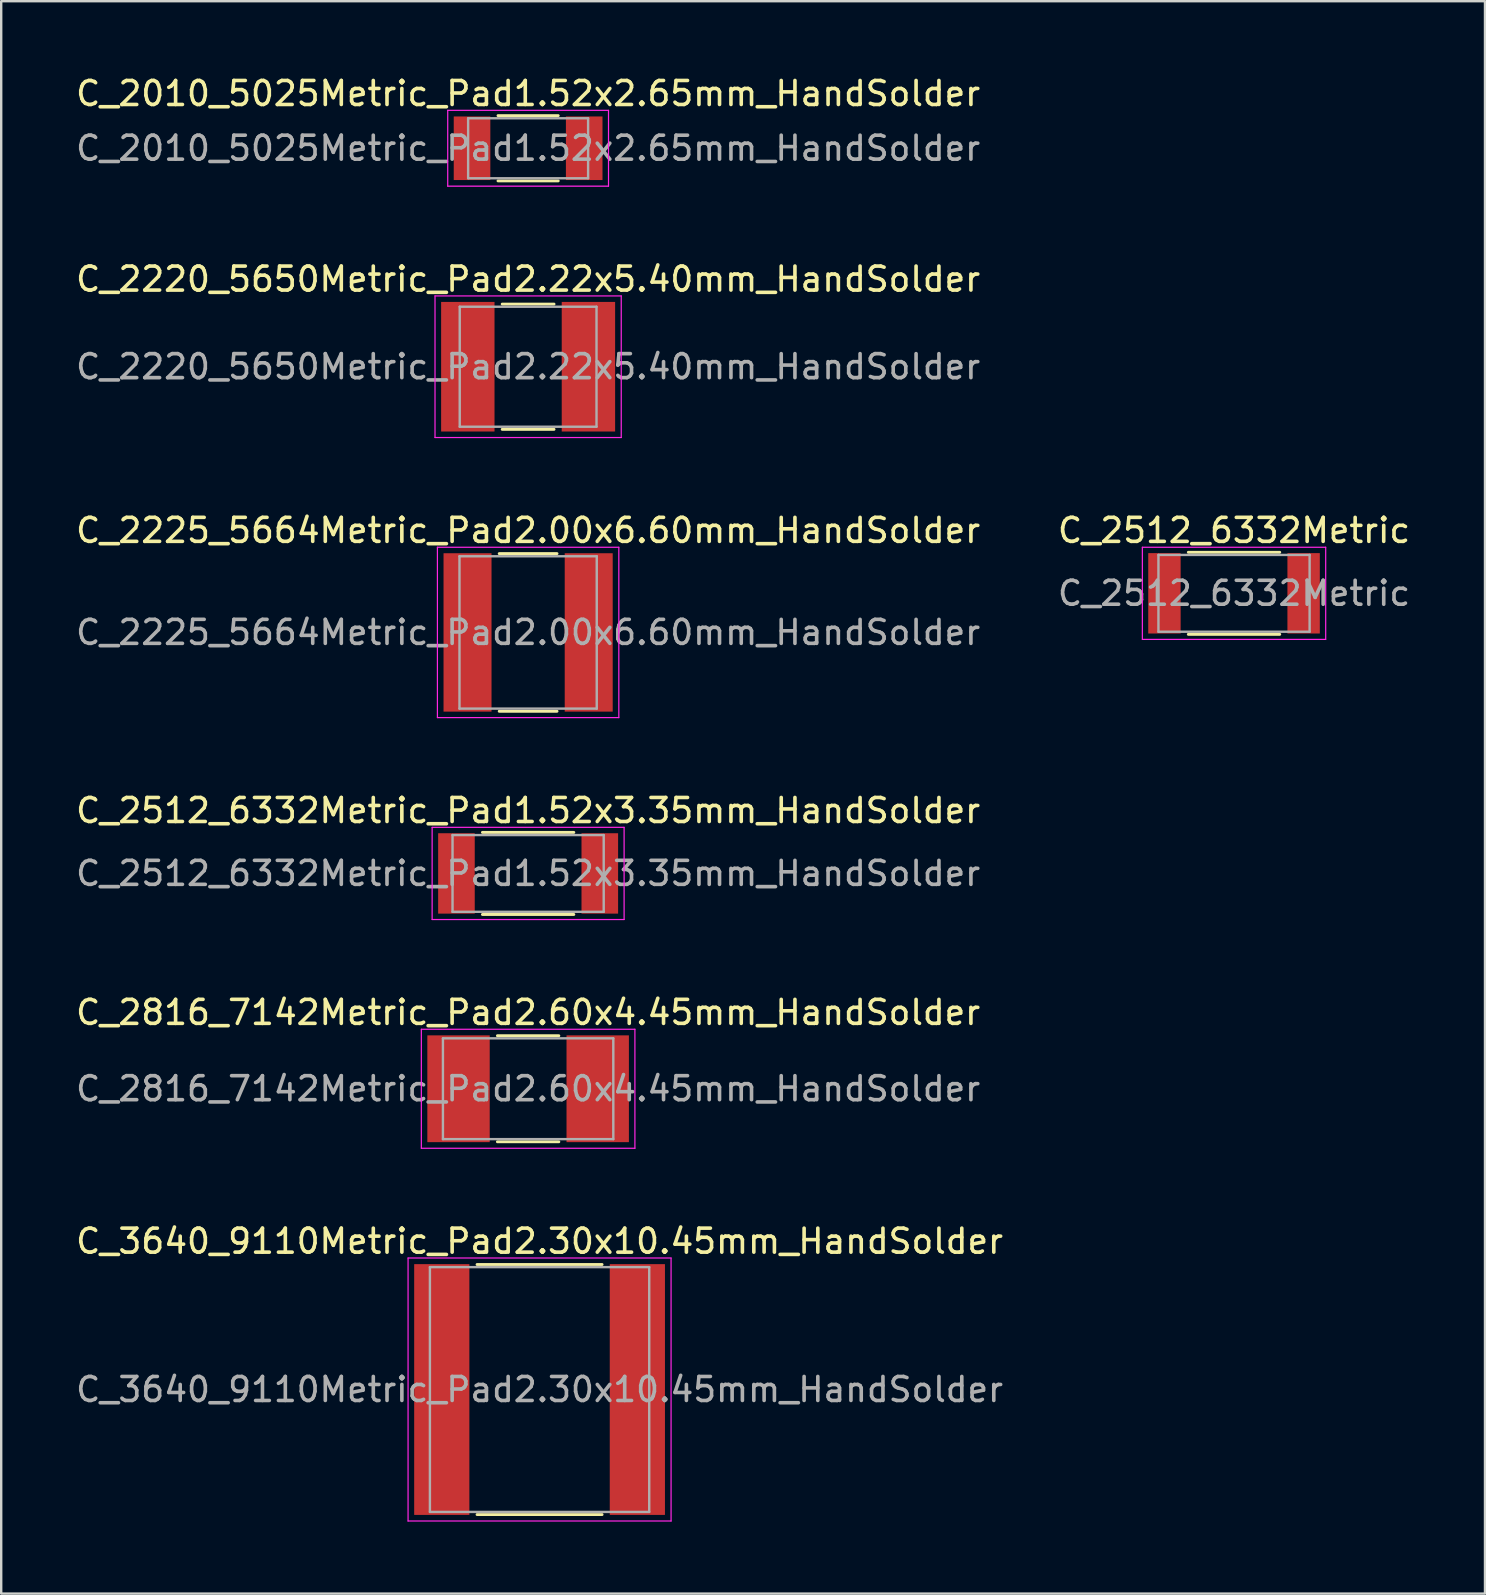
<source format=kicad_pcb>
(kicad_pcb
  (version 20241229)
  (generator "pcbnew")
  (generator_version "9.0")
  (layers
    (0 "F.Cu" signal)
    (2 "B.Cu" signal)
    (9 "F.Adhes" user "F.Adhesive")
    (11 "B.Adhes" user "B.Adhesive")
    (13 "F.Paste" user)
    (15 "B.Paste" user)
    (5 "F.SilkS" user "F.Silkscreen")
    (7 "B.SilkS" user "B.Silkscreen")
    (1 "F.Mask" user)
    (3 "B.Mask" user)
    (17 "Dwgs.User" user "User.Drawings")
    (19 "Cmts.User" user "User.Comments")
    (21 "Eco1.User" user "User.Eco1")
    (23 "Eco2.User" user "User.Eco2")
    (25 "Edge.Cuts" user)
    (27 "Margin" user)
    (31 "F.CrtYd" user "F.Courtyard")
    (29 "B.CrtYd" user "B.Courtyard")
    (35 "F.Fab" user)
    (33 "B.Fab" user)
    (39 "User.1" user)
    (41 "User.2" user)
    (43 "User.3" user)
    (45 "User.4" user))
  (footprint "C_2225_5664Metric_Pad2.00x6.60mm_HandSolder"
    (layer "F.Cu")
    (at 18.958 23.305)
    (property "Reference" "C_2225_5664Metric_Pad2.00x6.60mm_HandSolder" (at 0 -4.25 0) (layer "F.SilkS") (effects (font (size 1 1) (thickness 0.15))))
    (attr smd)
    (fp_line (start -1.205 -3.285) (end 1.205 -3.285) (stroke (width 0.12) (type solid)) (layer "F.SilkS"))
    (fp_line (start -1.205 3.285) (end 1.205 3.285) (stroke (width 0.12) (type solid)) (layer "F.SilkS"))
    (fp_line (start -3.78 -3.55) (end 3.78 -3.55) (stroke (width 0.05) (type solid)) (layer "F.CrtYd"))
    (fp_line (start -3.78 3.55) (end -3.78 -3.55) (stroke (width 0.05) (type solid)) (layer "F.CrtYd"))
    (fp_line (start 3.78 -3.55) (end 3.78 3.55) (stroke (width 0.05) (type solid)) (layer "F.CrtYd"))
    (fp_line (start 3.78 3.55) (end -3.78 3.55) (stroke (width 0.05) (type solid)) (layer "F.CrtYd"))
    (fp_line (start -2.86 -3.175) (end 2.86 -3.175) (stroke (width 0.1) (type solid)) (layer "F.Fab"))
    (fp_line (start -2.86 3.175) (end -2.86 -3.175) (stroke (width 0.1) (type solid)) (layer "F.Fab"))
    (fp_line (start 2.86 -3.175) (end 2.86 3.175) (stroke (width 0.1) (type solid)) (layer "F.Fab"))
    (fp_line (start 2.86 3.175) (end -2.86 3.175) (stroke (width 0.1) (type solid)) (layer "F.Fab"))
    (fp_text user "${REFERENCE}" (at 0 0 0) (layer "F.Fab") (effects (font (size 1 1) (thickness 0.15))))
    (pad "1" smd rect (at -2.525 0) (size 2 6.6) (layers "F.Cu" "F.Mask" "F.Paste"))
    (pad "2" smd rect (at 2.525 0) (size 2 6.6) (layers "F.Cu" "F.Mask" "F.Paste")))
  (footprint "C_2010_5025Metric_Pad1.52x2.65mm_HandSolder"
    (layer "F.Cu")
    (at 18.958 3.128)
    (property "Reference" "C_2010_5025Metric_Pad1.52x2.65mm_HandSolder" (at 0 -2.28 0) (layer "F.SilkS") (effects (font (size 1 1) (thickness 0.15))))
    (attr smd)
    (fp_line (start -1.255 -1.36) (end 1.255 -1.36) (stroke (width 0.12) (type solid)) (layer "F.SilkS"))
    (fp_line (start -1.255 1.36) (end 1.255 1.36) (stroke (width 0.12) (type solid)) (layer "F.SilkS"))
    (fp_line (start -3.35 -1.58) (end 3.35 -1.58) (stroke (width 0.05) (type solid)) (layer "F.CrtYd"))
    (fp_line (start -3.35 1.58) (end -3.35 -1.58) (stroke (width 0.05) (type solid)) (layer "F.CrtYd"))
    (fp_line (start 3.35 -1.58) (end 3.35 1.58) (stroke (width 0.05) (type solid)) (layer "F.CrtYd"))
    (fp_line (start 3.35 1.58) (end -3.35 1.58) (stroke (width 0.05) (type solid)) (layer "F.CrtYd"))
    (fp_line (start -2.5 -1.25) (end 2.5 -1.25) (stroke (width 0.1) (type solid)) (layer "F.Fab"))
    (fp_line (start -2.5 1.25) (end -2.5 -1.25) (stroke (width 0.1) (type solid)) (layer "F.Fab"))
    (fp_line (start 2.5 -1.25) (end 2.5 1.25) (stroke (width 0.1) (type solid)) (layer "F.Fab"))
    (fp_line (start 2.5 1.25) (end -2.5 1.25) (stroke (width 0.1) (type solid)) (layer "F.Fab"))
    (fp_text user "${REFERENCE}" (at 0 0 0) (layer "F.Fab") (effects (font (size 1 1) (thickness 0.15))))
    (pad "1" smd rect (at -2.337 0) (size 1.525 2.65) (layers "F.Cu" "F.Mask" "F.Paste"))
    (pad "2" smd rect (at 2.337 0) (size 1.525 2.65) (layers "F.Cu" "F.Mask" "F.Paste")))
  (footprint "C_2512_6332Metric_Pad1.52x3.35mm_HandSolder"
    (layer "F.Cu")
    (at 18.958 33.348)
    (property "Reference" "C_2512_6332Metric_Pad1.52x3.35mm_HandSolder" (at 0 -2.62 0) (layer "F.SilkS") (effects (font (size 1 1) (thickness 0.15))))
    (attr smd)
    (fp_line (start -1.905 -1.71) (end 1.905 -1.71) (stroke (width 0.12) (type solid)) (layer "F.SilkS"))
    (fp_line (start -1.905 1.71) (end 1.905 1.71) (stroke (width 0.12) (type solid)) (layer "F.SilkS"))
    (fp_line (start -4 -1.92) (end 4 -1.92) (stroke (width 0.05) (type solid)) (layer "F.CrtYd"))
    (fp_line (start -4 1.92) (end -4 -1.92) (stroke (width 0.05) (type solid)) (layer "F.CrtYd"))
    (fp_line (start 4 -1.92) (end 4 1.92) (stroke (width 0.05) (type solid)) (layer "F.CrtYd"))
    (fp_line (start 4 1.92) (end -4 1.92) (stroke (width 0.05) (type solid)) (layer "F.CrtYd"))
    (fp_line (start -3.15 -1.6) (end 3.15 -1.6) (stroke (width 0.1) (type solid)) (layer "F.Fab"))
    (fp_line (start -3.15 1.6) (end -3.15 -1.6) (stroke (width 0.1) (type solid)) (layer "F.Fab"))
    (fp_line (start 3.15 -1.6) (end 3.15 1.6) (stroke (width 0.1) (type solid)) (layer "F.Fab"))
    (fp_line (start 3.15 1.6) (end -3.15 1.6) (stroke (width 0.1) (type solid)) (layer "F.Fab"))
    (fp_text user "${REFERENCE}" (at 0 0 0) (layer "F.Fab") (effects (font (size 1 1) (thickness 0.15))))
    (pad "1" smd rect (at -2.987 0) (size 1.525 3.35) (layers "F.Cu" "F.Mask" "F.Paste"))
    (pad "2" smd rect (at 2.987 0) (size 1.525 3.35) (layers "F.Cu" "F.Mask" "F.Paste")))
  (footprint "C_2512_6332Metric"
    (layer "F.Cu")
    (at 48.375 21.675)
    (property "Reference" "C_2512_6332Metric" (at 0 -2.62 0) (layer "F.SilkS") (effects (font (size 1 1) (thickness 0.15))))
    (attr smd)
    (fp_line (start -1.905 -1.71) (end 1.905 -1.71) (stroke (width 0.12) (type solid)) (layer "F.SilkS"))
    (fp_line (start -1.905 1.71) (end 1.905 1.71) (stroke (width 0.12) (type solid)) (layer "F.SilkS"))
    (fp_line (start -3.82 -1.92) (end 3.82 -1.92) (stroke (width 0.05) (type solid)) (layer "F.CrtYd"))
    (fp_line (start -3.82 1.92) (end -3.82 -1.92) (stroke (width 0.05) (type solid)) (layer "F.CrtYd"))
    (fp_line (start 3.82 -1.92) (end 3.82 1.92) (stroke (width 0.05) (type solid)) (layer "F.CrtYd"))
    (fp_line (start 3.82 1.92) (end -3.82 1.92) (stroke (width 0.05) (type solid)) (layer "F.CrtYd"))
    (fp_line (start -3.15 -1.6) (end 3.15 -1.6) (stroke (width 0.1) (type solid)) (layer "F.Fab"))
    (fp_line (start -3.15 1.6) (end -3.15 -1.6) (stroke (width 0.1) (type solid)) (layer "F.Fab"))
    (fp_line (start 3.15 -1.6) (end 3.15 1.6) (stroke (width 0.1) (type solid)) (layer "F.Fab"))
    (fp_line (start 3.15 1.6) (end -3.15 1.6) (stroke (width 0.1) (type solid)) (layer "F.Fab"))
    (fp_text user "${REFERENCE}" (at 0 0 0) (layer "F.Fab") (effects (font (size 1 1) (thickness 0.15))))
    (pad "1" smd rect (at -2.9 0) (size 1.35 3.35) (layers "F.Cu" "F.Mask" "F.Paste"))
    (pad "2" smd rect (at 2.9 0) (size 1.35 3.35) (layers "F.Cu" "F.Mask" "F.Paste")))
  (footprint "C_2816_7142Metric_Pad2.60x4.45mm_HandSolder"
    (layer "F.Cu")
    (at 18.958 42.321)
    (property "Reference" "C_2816_7142Metric_Pad2.60x4.45mm_HandSolder" (at 0 -3.18 0) (layer "F.SilkS") (effects (font (size 1 1) (thickness 0.15))))
    (attr smd)
    (fp_line (start -1.28 -2.21) (end 1.28 -2.21) (stroke (width 0.12) (type solid)) (layer "F.SilkS"))
    (fp_line (start -1.28 2.21) (end 1.28 2.21) (stroke (width 0.12) (type solid)) (layer "F.SilkS"))
    (fp_line (start -4.45 -2.48) (end 4.45 -2.48) (stroke (width 0.05) (type solid)) (layer "F.CrtYd"))
    (fp_line (start -4.45 2.48) (end -4.45 -2.48) (stroke (width 0.05) (type solid)) (layer "F.CrtYd"))
    (fp_line (start 4.45 -2.48) (end 4.45 2.48) (stroke (width 0.05) (type solid)) (layer "F.CrtYd"))
    (fp_line (start 4.45 2.48) (end -4.45 2.48) (stroke (width 0.05) (type solid)) (layer "F.CrtYd"))
    (fp_line (start -3.55 -2.1) (end 3.55 -2.1) (stroke (width 0.1) (type solid)) (layer "F.Fab"))
    (fp_line (start -3.55 2.1) (end -3.55 -2.1) (stroke (width 0.1) (type solid)) (layer "F.Fab"))
    (fp_line (start 3.55 -2.1) (end 3.55 2.1) (stroke (width 0.1) (type solid)) (layer "F.Fab"))
    (fp_line (start 3.55 2.1) (end -3.55 2.1) (stroke (width 0.1) (type solid)) (layer "F.Fab"))
    (fp_text user "${REFERENCE}" (at 0 0 0) (layer "F.Fab") (effects (font (size 1 1) (thickness 0.15))))
    (pad "1" smd rect (at -2.9 0) (size 2.6 4.45) (layers "F.Cu" "F.Mask" "F.Paste"))
    (pad "2" smd rect (at 2.9 0) (size 2.6 4.45) (layers "F.Cu" "F.Mask" "F.Paste")))
  (footprint "C_2220_5650Metric_Pad2.22x5.40mm_HandSolder"
    (layer "F.Cu")
    (at 18.958 12.232)
    (property "Reference" "C_2220_5650Metric_Pad2.22x5.40mm_HandSolder" (at 0 -3.65 0) (layer "F.SilkS") (effects (font (size 1 1) (thickness 0.15))))
    (attr smd)
    (fp_line (start -1.08 -2.61) (end 1.08 -2.61) (stroke (width 0.12) (type solid)) (layer "F.SilkS"))
    (fp_line (start -1.08 2.61) (end 1.08 2.61) (stroke (width 0.12) (type solid)) (layer "F.SilkS"))
    (fp_line (start -3.88 -2.95) (end 3.88 -2.95) (stroke (width 0.05) (type solid)) (layer "F.CrtYd"))
    (fp_line (start -3.88 2.95) (end -3.88 -2.95) (stroke (width 0.05) (type solid)) (layer "F.CrtYd"))
    (fp_line (start 3.88 -2.95) (end 3.88 2.95) (stroke (width 0.05) (type solid)) (layer "F.CrtYd"))
    (fp_line (start 3.88 2.95) (end -3.88 2.95) (stroke (width 0.05) (type solid)) (layer "F.CrtYd"))
    (fp_line (start -2.85 -2.5) (end 2.85 -2.5) (stroke (width 0.1) (type solid)) (layer "F.Fab"))
    (fp_line (start -2.85 2.5) (end -2.85 -2.5) (stroke (width 0.1) (type solid)) (layer "F.Fab"))
    (fp_line (start 2.85 -2.5) (end 2.85 2.5) (stroke (width 0.1) (type solid)) (layer "F.Fab"))
    (fp_line (start 2.85 2.5) (end -2.85 2.5) (stroke (width 0.1) (type solid)) (layer "F.Fab"))
    (fp_text user "${REFERENCE}" (at 0 0 0) (layer "F.Fab") (effects (font (size 1 1) (thickness 0.15))))
    (pad "1" smd rect (at -2.513 0) (size 2.225 5.4) (layers "F.Cu" "F.Mask" "F.Paste"))
    (pad "2" smd rect (at 2.513 0) (size 2.225 5.4) (layers "F.Cu" "F.Mask" "F.Paste")))
  (footprint "C_3640_9110Metric_Pad2.30x10.45mm_HandSolder"
    (layer "F.Cu")
    (at 19.435 54.855)
    (property "Reference" "C_3640_9110Metric_Pad2.30x10.45mm_HandSolder" (at 0 -6.18 0) (layer "F.SilkS") (effects (font (size 1 1) (thickness 0.15))))
    (attr smd)
    (fp_line (start -2.605 -5.21) (end 2.605 -5.21) (stroke (width 0.12) (type solid)) (layer "F.SilkS"))
    (fp_line (start -2.605 5.21) (end 2.605 5.21) (stroke (width 0.12) (type solid)) (layer "F.SilkS"))
    (fp_line (start -5.48 -5.48) (end 5.48 -5.48) (stroke (width 0.05) (type solid)) (layer "F.CrtYd"))
    (fp_line (start -5.48 5.48) (end -5.48 -5.48) (stroke (width 0.05) (type solid)) (layer "F.CrtYd"))
    (fp_line (start 5.48 -5.48) (end 5.48 5.48) (stroke (width 0.05) (type solid)) (layer "F.CrtYd"))
    (fp_line (start 5.48 5.48) (end -5.48 5.48) (stroke (width 0.05) (type solid)) (layer "F.CrtYd"))
    (fp_line (start -4.57 -5.1) (end 4.57 -5.1) (stroke (width 0.1) (type solid)) (layer "F.Fab"))
    (fp_line (start -4.57 5.1) (end -4.57 -5.1) (stroke (width 0.1) (type solid)) (layer "F.Fab"))
    (fp_line (start 4.57 -5.1) (end 4.57 5.1) (stroke (width 0.1) (type solid)) (layer "F.Fab"))
    (fp_line (start 4.57 5.1) (end -4.57 5.1) (stroke (width 0.1) (type solid)) (layer "F.Fab"))
    (fp_text user "${REFERENCE}" (at 0 0 0) (layer "F.Fab") (effects (font (size 1 1) (thickness 0.15))))
    (pad "1" smd rect (at -4.075 0) (size 2.3 10.45) (layers "F.Cu" "F.Mask" "F.Paste"))
    (pad "2" smd rect (at 4.075 0) (size 2.3 10.45) (layers "F.Cu" "F.Mask" "F.Paste")))
  (gr_rect
    (start -3 -3)
    (end 58.833 63.359)
    (stroke (width 0.1) (type default))
    (fill no)
    (layer "Edge.Cuts")))
</source>
